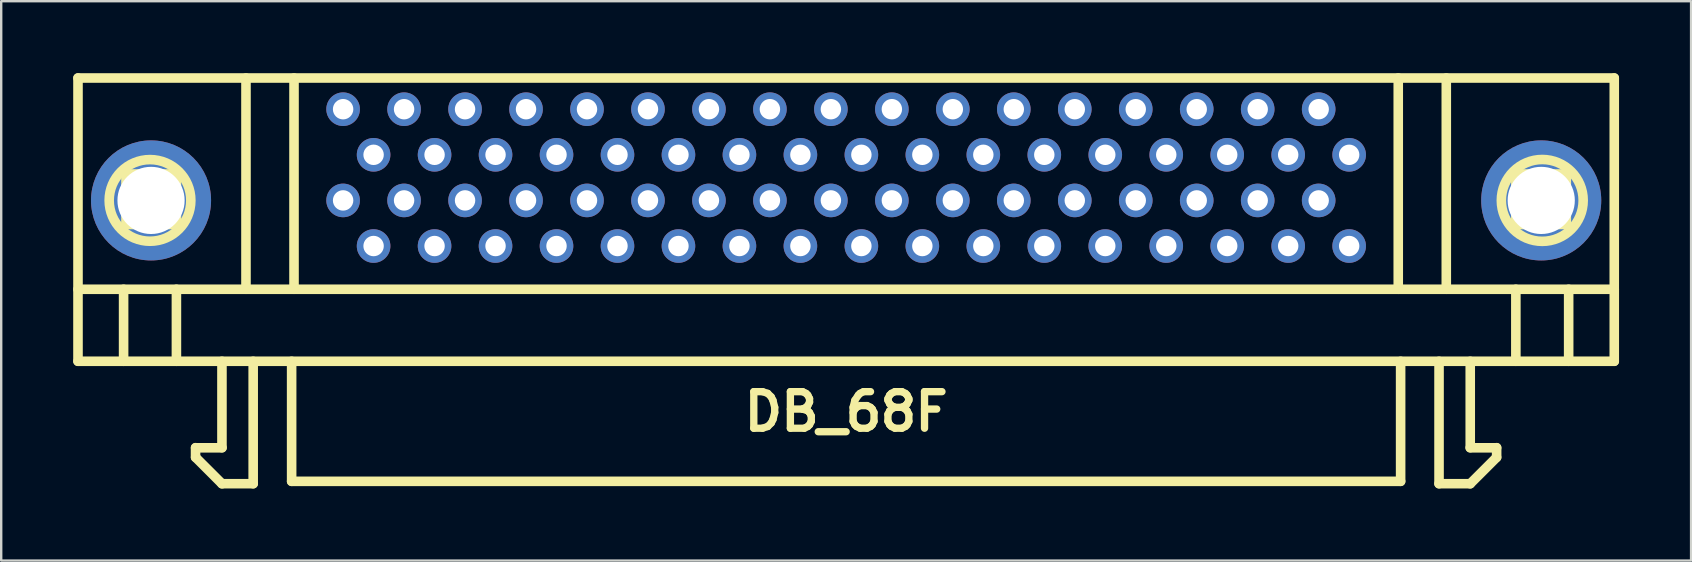
<source format=kicad_pcb>
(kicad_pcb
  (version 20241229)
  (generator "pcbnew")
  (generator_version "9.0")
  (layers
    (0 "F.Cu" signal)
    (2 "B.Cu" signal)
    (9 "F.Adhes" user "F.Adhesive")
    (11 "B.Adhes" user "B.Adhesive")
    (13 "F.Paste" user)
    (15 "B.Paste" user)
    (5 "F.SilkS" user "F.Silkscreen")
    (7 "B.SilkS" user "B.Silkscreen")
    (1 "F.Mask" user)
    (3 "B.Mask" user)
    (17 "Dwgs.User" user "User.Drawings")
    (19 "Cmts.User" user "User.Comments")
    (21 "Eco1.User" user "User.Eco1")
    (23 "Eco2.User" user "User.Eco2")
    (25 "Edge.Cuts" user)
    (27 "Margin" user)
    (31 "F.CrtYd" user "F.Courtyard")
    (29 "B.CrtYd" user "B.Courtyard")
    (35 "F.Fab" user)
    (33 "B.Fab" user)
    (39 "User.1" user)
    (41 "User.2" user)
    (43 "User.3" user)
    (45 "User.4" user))
  (footprint "DB_68F"
    (layer "F.Cu")
    (at 32.198 10.9)
    (property "Reference" "DB_68F" (at 0 3.2 0) (layer "F.SilkS") (effects (font (size 1.524 1.524) (thickness 0.305))))
    (attr through_hole)
    (fp_line (start -31.999 -10.701) (end -31.999 1.1) (stroke (width 0.399) (type solid)) (layer "F.SilkS"))
    (fp_line (start -31.999 -1.9) (end 31.999 -1.9) (stroke (width 0.399) (type solid)) (layer "F.SilkS"))
    (fp_line (start -31.999 1.1) (end 31.999 1.1) (stroke (width 0.399) (type solid)) (layer "F.SilkS"))
    (fp_line (start -30.099 -1.9) (end -30.099 1.1) (stroke (width 0.399) (type solid)) (layer "F.SilkS"))
    (fp_line (start -30 -6.701) (end -27.899 -6.701) (stroke (width 0.399) (type solid)) (layer "F.SilkS"))
    (fp_line (start -30 -4.6) (end -30 -6.701) (stroke (width 0.399) (type solid)) (layer "F.SilkS"))
    (fp_line (start -27.899 -6.701) (end -27.899 -4.6) (stroke (width 0.399) (type solid)) (layer "F.SilkS"))
    (fp_line (start -27.899 -4.6) (end -30 -4.6) (stroke (width 0.399) (type solid)) (layer "F.SilkS"))
    (fp_line (start -27.899 1.1) (end -27.899 -1.9) (stroke (width 0.399) (type solid)) (layer "F.SilkS"))
    (fp_line (start -27.102 4.699) (end -27.102 5.1) (stroke (width 0.399) (type solid)) (layer "F.SilkS"))
    (fp_line (start -27.099 4.704) (end -25.999 4.704) (stroke (width 0.399) (type solid)) (layer "F.SilkS"))
    (fp_line (start -26.002 4.699) (end -26.002 1.1) (stroke (width 0.399) (type solid)) (layer "F.SilkS"))
    (fp_line (start -26.002 6.2) (end -24.701 6.2) (stroke (width 0.399) (type solid)) (layer "F.SilkS"))
    (fp_line (start -25.999 6.203) (end -27.099 5.103) (stroke (width 0.399) (type solid)) (layer "F.SilkS"))
    (fp_line (start -25.001 -1.9) (end -25.001 -10.701) (stroke (width 0.399) (type solid)) (layer "F.SilkS"))
    (fp_line (start -24.701 6.2) (end -24.701 1.1) (stroke (width 0.399) (type solid)) (layer "F.SilkS"))
    (fp_line (start -23.099 6.101) (end -23.099 1.1) (stroke (width 0.399) (type solid)) (layer "F.SilkS"))
    (fp_line (start -23 -10.701) (end -23 -1.9) (stroke (width 0.399) (type solid)) (layer "F.SilkS"))
    (fp_line (start 23 -10.701) (end 23 -1.9) (stroke (width 0.399) (type solid)) (layer "F.SilkS"))
    (fp_line (start 23.099 6.101) (end -23.099 6.101) (stroke (width 0.399) (type solid)) (layer "F.SilkS"))
    (fp_line (start 23.099 6.101) (end 23.099 1.1) (stroke (width 0.399) (type solid)) (layer "F.SilkS"))
    (fp_line (start 24.699 6.2) (end 24.699 1.1) (stroke (width 0.399) (type solid)) (layer "F.SilkS"))
    (fp_line (start 25.001 -1.9) (end 25.001 -10.701) (stroke (width 0.399) (type solid)) (layer "F.SilkS"))
    (fp_line (start 25.997 6.203) (end 27.097 5.103) (stroke (width 0.399) (type solid)) (layer "F.SilkS"))
    (fp_line (start 25.999 4.699) (end 25.999 1.1) (stroke (width 0.399) (type solid)) (layer "F.SilkS"))
    (fp_line (start 25.999 6.2) (end 24.699 6.2) (stroke (width 0.399) (type solid)) (layer "F.SilkS"))
    (fp_line (start 27.097 4.704) (end 25.997 4.704) (stroke (width 0.399) (type solid)) (layer "F.SilkS"))
    (fp_line (start 27.099 4.699) (end 27.099 5.1) (stroke (width 0.399) (type solid)) (layer "F.SilkS"))
    (fp_line (start 27.899 -6.701) (end 27.899 -4.6) (stroke (width 0.399) (type solid)) (layer "F.SilkS"))
    (fp_line (start 27.899 -4.6) (end 30 -4.6) (stroke (width 0.399) (type solid)) (layer "F.SilkS"))
    (fp_line (start 27.899 -1.9) (end 27.899 1.1) (stroke (width 0.399) (type solid)) (layer "F.SilkS"))
    (fp_line (start 30 -6.701) (end 27.899 -6.701) (stroke (width 0.399) (type solid)) (layer "F.SilkS"))
    (fp_line (start 30 -4.6) (end 30 -6.701) (stroke (width 0.399) (type solid)) (layer "F.SilkS"))
    (fp_line (start 30.099 -1.9) (end 30.099 1.1) (stroke (width 0.399) (type solid)) (layer "F.SilkS"))
    (fp_line (start 31.999 -10.701) (end -31.999 -10.701) (stroke (width 0.399) (type solid)) (layer "F.SilkS"))
    (fp_line (start 31.999 1.1) (end 31.999 -10.701) (stroke (width 0.399) (type solid)) (layer "F.SilkS"))
    (fp_circle (center -28.999 -5.601) (end -30.5 -6.401) (stroke (width 0.399) (type solid)) (fill no) (layer "F.SilkS"))
    (fp_circle (center 28.999 -5.601) (end 30.701 -5.499) (stroke (width 0.399) (type solid)) (fill no) (layer "F.SilkS"))
    (pad "" thru_hole circle (at -28.956 -5.601) (size 5.001 5.001) (drill 2.799) (layers "*.Cu" "*.Mask"))
    (pad "" thru_hole circle (at 28.956 -5.601) (size 5.001 5.001) (drill 2.799) (layers "*.Cu" "*.Mask"))
    (pad "1" thru_hole circle (at 20.955 -7.501) (size 1.4 1.4) (drill 0.851) (layers "*.Cu" "*.Mask"))
    (pad "2" thru_hole circle (at 19.685 -9.401) (size 1.4 1.4) (drill 0.851) (layers "*.Cu" "*.Mask"))
    (pad "3" thru_hole circle (at 18.415 -7.501) (size 1.4 1.4) (drill 0.851) (layers "*.Cu" "*.Mask"))
    (pad "4" thru_hole circle (at 17.145 -9.401) (size 1.4 1.4) (drill 0.851) (layers "*.Cu" "*.Mask"))
    (pad "5" thru_hole circle (at 15.875 -7.501) (size 1.4 1.4) (drill 0.851) (layers "*.Cu" "*.Mask"))
    (pad "6" thru_hole circle (at 14.605 -9.401) (size 1.4 1.4) (drill 0.851) (layers "*.Cu" "*.Mask"))
    (pad "7" thru_hole circle (at 13.335 -7.501) (size 1.4 1.4) (drill 0.851) (layers "*.Cu" "*.Mask"))
    (pad "8" thru_hole circle (at 12.065 -9.401) (size 1.4 1.4) (drill 0.851) (layers "*.Cu" "*.Mask"))
    (pad "9" thru_hole circle (at 10.795 -7.501) (size 1.4 1.4) (drill 0.851) (layers "*.Cu" "*.Mask"))
    (pad "10" thru_hole circle (at 9.525 -9.401) (size 1.4 1.4) (drill 0.851) (layers "*.Cu" "*.Mask"))
    (pad "11" thru_hole circle (at 8.255 -7.501) (size 1.4 1.4) (drill 0.851) (layers "*.Cu" "*.Mask"))
    (pad "12" thru_hole circle (at 6.985 -9.401) (size 1.4 1.4) (drill 0.851) (layers "*.Cu" "*.Mask"))
    (pad "13" thru_hole circle (at 5.715 -7.501) (size 1.4 1.4) (drill 0.851) (layers "*.Cu" "*.Mask"))
    (pad "14" thru_hole circle (at 4.445 -9.401) (size 1.4 1.4) (drill 0.851) (layers "*.Cu" "*.Mask"))
    (pad "15" thru_hole circle (at 3.175 -7.501) (size 1.4 1.4) (drill 0.851) (layers "*.Cu" "*.Mask"))
    (pad "16" thru_hole circle (at 1.905 -9.401) (size 1.4 1.4) (drill 0.851) (layers "*.Cu" "*.Mask"))
    (pad "17" thru_hole circle (at 0.635 -7.501) (size 1.4 1.4) (drill 0.851) (layers "*.Cu" "*.Mask"))
    (pad "18" thru_hole circle (at -0.635 -9.401) (size 1.4 1.4) (drill 0.851) (layers "*.Cu" "*.Mask"))
    (pad "19" thru_hole circle (at -1.905 -7.501) (size 1.4 1.4) (drill 0.851) (layers "*.Cu" "*.Mask"))
    (pad "20" thru_hole circle (at -3.175 -9.401) (size 1.4 1.4) (drill 0.851) (layers "*.Cu" "*.Mask"))
    (pad "21" thru_hole circle (at -4.445 -7.501) (size 1.4 1.4) (drill 0.851) (layers "*.Cu" "*.Mask"))
    (pad "22" thru_hole circle (at -5.715 -9.401) (size 1.4 1.4) (drill 0.851) (layers "*.Cu" "*.Mask"))
    (pad "23" thru_hole circle (at -6.985 -7.501) (size 1.4 1.4) (drill 0.851) (layers "*.Cu" "*.Mask"))
    (pad "24" thru_hole circle (at -8.255 -9.401) (size 1.4 1.4) (drill 0.851) (layers "*.Cu" "*.Mask"))
    (pad "25" thru_hole circle (at -9.525 -7.501) (size 1.4 1.4) (drill 0.851) (layers "*.Cu" "*.Mask"))
    (pad "26" thru_hole circle (at -10.795 -9.401) (size 1.4 1.4) (drill 0.851) (layers "*.Cu" "*.Mask"))
    (pad "27" thru_hole circle (at -12.065 -7.501) (size 1.4 1.4) (drill 0.851) (layers "*.Cu" "*.Mask"))
    (pad "28" thru_hole circle (at -13.335 -9.401) (size 1.4 1.4) (drill 0.851) (layers "*.Cu" "*.Mask"))
    (pad "29" thru_hole circle (at -14.605 -7.501) (size 1.4 1.4) (drill 0.851) (layers "*.Cu" "*.Mask"))
    (pad "30" thru_hole circle (at -15.875 -9.401) (size 1.4 1.4) (drill 0.851) (layers "*.Cu" "*.Mask"))
    (pad "31" thru_hole circle (at -17.145 -7.501) (size 1.4 1.4) (drill 0.851) (layers "*.Cu" "*.Mask"))
    (pad "32" thru_hole circle (at -18.415 -9.401) (size 1.4 1.4) (drill 0.851) (layers "*.Cu" "*.Mask"))
    (pad "33" thru_hole circle (at -19.685 -7.501) (size 1.4 1.4) (drill 0.851) (layers "*.Cu" "*.Mask"))
    (pad "34" thru_hole circle (at -20.955 -9.401) (size 1.4 1.4) (drill 0.851) (layers "*.Cu" "*.Mask"))
    (pad "35" thru_hole circle (at 20.955 -3.701) (size 1.4 1.4) (drill 0.851) (layers "*.Cu" "*.Mask"))
    (pad "36" thru_hole circle (at 19.685 -5.601) (size 1.4 1.4) (drill 0.851) (layers "*.Cu" "*.Mask"))
    (pad "37" thru_hole circle (at 18.415 -3.701) (size 1.4 1.4) (drill 0.851) (layers "*.Cu" "*.Mask"))
    (pad "38" thru_hole circle (at 17.145 -5.601) (size 1.4 1.4) (drill 0.851) (layers "*.Cu" "*.Mask"))
    (pad "39" thru_hole circle (at 15.875 -3.701) (size 1.4 1.4) (drill 0.851) (layers "*.Cu" "*.Mask"))
    (pad "40" thru_hole circle (at 14.605 -5.601) (size 1.4 1.4) (drill 0.851) (layers "*.Cu" "*.Mask"))
    (pad "41" thru_hole circle (at 13.335 -3.701) (size 1.4 1.4) (drill 0.851) (layers "*.Cu" "*.Mask"))
    (pad "42" thru_hole circle (at 12.065 -5.601) (size 1.4 1.4) (drill 0.851) (layers "*.Cu" "*.Mask"))
    (pad "43" thru_hole circle (at 10.795 -3.701) (size 1.4 1.4) (drill 0.851) (layers "*.Cu" "*.Mask"))
    (pad "44" thru_hole circle (at 9.525 -5.601) (size 1.4 1.4) (drill 0.851) (layers "*.Cu" "*.Mask"))
    (pad "45" thru_hole circle (at 8.255 -3.701) (size 1.4 1.4) (drill 0.851) (layers "*.Cu" "*.Mask"))
    (pad "46" thru_hole circle (at 6.985 -5.601) (size 1.4 1.4) (drill 0.851) (layers "*.Cu" "*.Mask"))
    (pad "47" thru_hole circle (at 5.715 -3.701) (size 1.4 1.4) (drill 0.851) (layers "*.Cu" "*.Mask"))
    (pad "48" thru_hole circle (at 4.445 -5.601) (size 1.4 1.4) (drill 0.851) (layers "*.Cu" "*.Mask"))
    (pad "49" thru_hole circle (at 3.175 -3.701) (size 1.4 1.4) (drill 0.851) (layers "*.Cu" "*.Mask"))
    (pad "50" thru_hole circle (at 1.905 -5.601) (size 1.4 1.4) (drill 0.851) (layers "*.Cu" "*.Mask"))
    (pad "51" thru_hole circle (at 0.635 -3.701) (size 1.4 1.4) (drill 0.851) (layers "*.Cu" "*.Mask"))
    (pad "52" thru_hole circle (at -0.635 -5.601) (size 1.4 1.4) (drill 0.851) (layers "*.Cu" "*.Mask"))
    (pad "53" thru_hole circle (at -1.905 -3.701) (size 1.4 1.4) (drill 0.851) (layers "*.Cu" "*.Mask"))
    (pad "54" thru_hole circle (at -3.175 -5.601) (size 1.4 1.4) (drill 0.851) (layers "*.Cu" "*.Mask"))
    (pad "55" thru_hole circle (at -4.445 -3.701) (size 1.4 1.4) (drill 0.851) (layers "*.Cu" "*.Mask"))
    (pad "56" thru_hole circle (at -5.715 -5.601) (size 1.4 1.4) (drill 0.851) (layers "*.Cu" "*.Mask"))
    (pad "57" thru_hole circle (at -6.985 -3.701) (size 1.4 1.4) (drill 0.851) (layers "*.Cu" "*.Mask"))
    (pad "58" thru_hole circle (at -8.255 -5.601) (size 1.4 1.4) (drill 0.851) (layers "*.Cu" "*.Mask"))
    (pad "59" thru_hole circle (at -9.525 -3.701) (size 1.4 1.4) (drill 0.851) (layers "*.Cu" "*.Mask"))
    (pad "60" thru_hole circle (at -10.795 -5.601) (size 1.4 1.4) (drill 0.851) (layers "*.Cu" "*.Mask"))
    (pad "61" thru_hole circle (at -12.065 -3.701) (size 1.4 1.4) (drill 0.851) (layers "*.Cu" "*.Mask"))
    (pad "62" thru_hole circle (at -13.335 -5.601) (size 1.4 1.4) (drill 0.851) (layers "*.Cu" "*.Mask"))
    (pad "63" thru_hole circle (at -14.605 -3.701) (size 1.4 1.4) (drill 0.851) (layers "*.Cu" "*.Mask"))
    (pad "64" thru_hole circle (at -15.875 -5.601) (size 1.4 1.4) (drill 0.851) (layers "*.Cu" "*.Mask"))
    (pad "65" thru_hole circle (at -17.145 -3.701) (size 1.4 1.4) (drill 0.851) (layers "*.Cu" "*.Mask"))
    (pad "66" thru_hole circle (at -18.415 -5.601) (size 1.4 1.4) (drill 0.851) (layers "*.Cu" "*.Mask"))
    (pad "67" thru_hole circle (at -19.685 -3.701) (size 1.4 1.4) (drill 0.851) (layers "*.Cu" "*.Mask"))
    (pad "68" thru_hole circle (at -20.955 -5.601) (size 1.4 1.4) (drill 0.851) (layers "*.Cu" "*.Mask")))
  (gr_rect
    (start -3 -3)
    (end 67.397 20.302)
    (stroke (width 0.1) (type default))
    (fill no)
    (layer "Edge.Cuts")))
</source>
